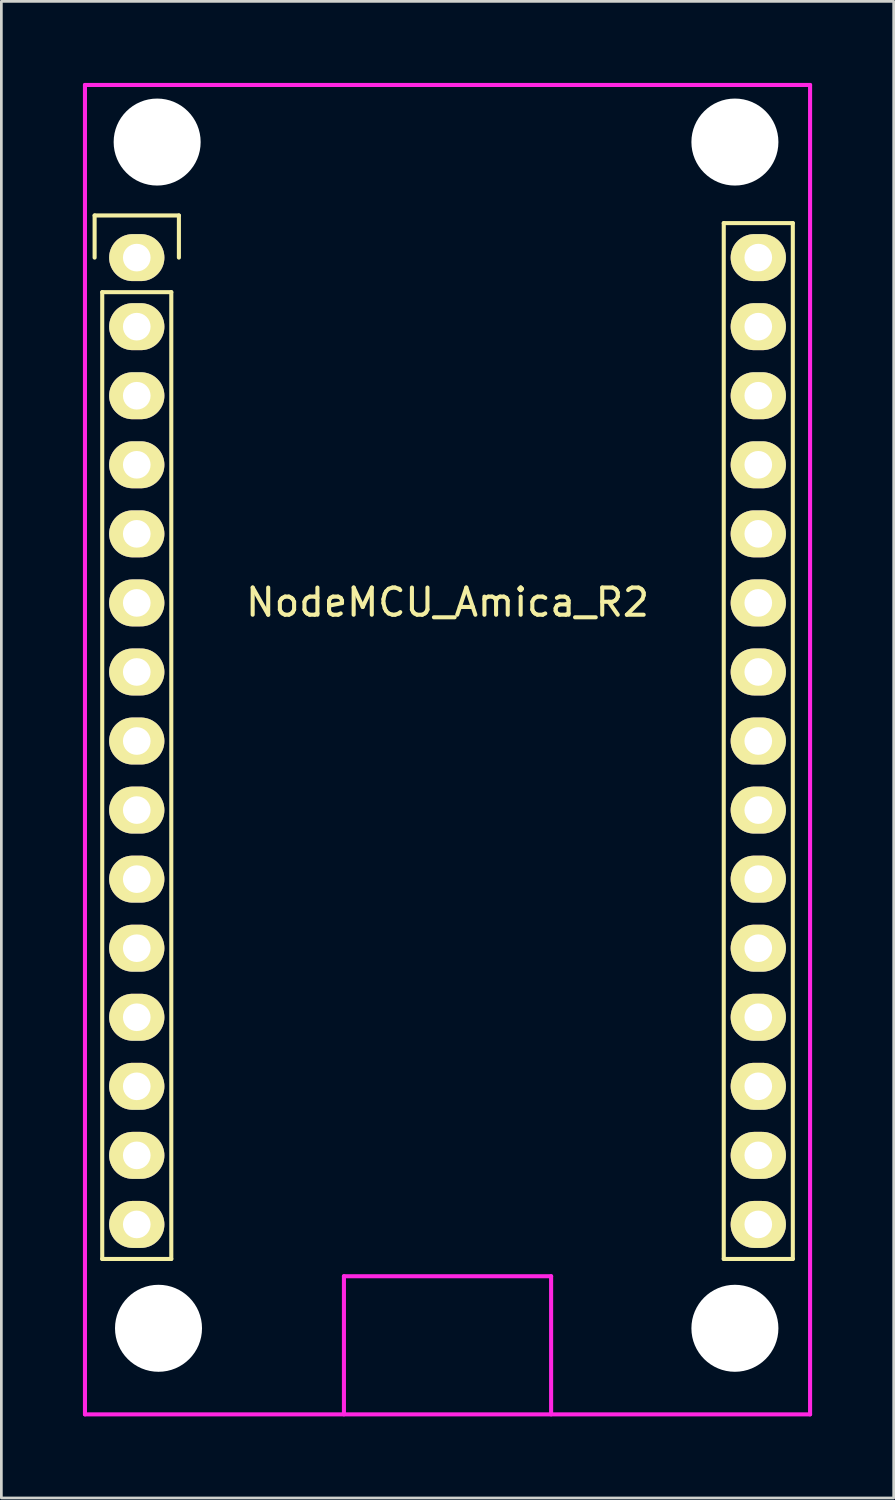
<source format=kicad_pcb>
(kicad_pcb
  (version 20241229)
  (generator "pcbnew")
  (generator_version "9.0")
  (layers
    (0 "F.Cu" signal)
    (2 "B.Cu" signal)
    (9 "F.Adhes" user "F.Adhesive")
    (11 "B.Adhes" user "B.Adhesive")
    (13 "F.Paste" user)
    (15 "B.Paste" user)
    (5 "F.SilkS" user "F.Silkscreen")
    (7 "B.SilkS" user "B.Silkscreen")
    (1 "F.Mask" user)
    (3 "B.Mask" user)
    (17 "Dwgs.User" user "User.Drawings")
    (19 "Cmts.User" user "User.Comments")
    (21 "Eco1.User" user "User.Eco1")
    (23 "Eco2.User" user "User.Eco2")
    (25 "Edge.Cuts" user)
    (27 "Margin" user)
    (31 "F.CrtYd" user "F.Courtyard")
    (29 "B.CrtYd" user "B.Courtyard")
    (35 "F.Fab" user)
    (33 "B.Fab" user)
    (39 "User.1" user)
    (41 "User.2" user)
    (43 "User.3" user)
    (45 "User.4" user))
  (footprint "NodeMCU_Amica_R2"
    (layer "F.Cu")
    (at 1.98 6.425)
    (property "Reference" "NodeMCU_Amica_R2" (at 11.43 12.68 0) (layer "F.SilkS") (effects (font (size 1 1) (thickness 0.15))))
    (attr through_hole)
    (fp_line (start -1.55 -1.55) (end 1.55 -1.55) (stroke (width 0.15) (type solid)) (layer "F.SilkS"))
    (fp_line (start -1.55 0) (end -1.55 -1.55) (stroke (width 0.15) (type solid)) (layer "F.SilkS"))
    (fp_line (start -1.27 1.27) (end -1.27 36.83) (stroke (width 0.15) (type solid)) (layer "F.SilkS"))
    (fp_line (start -1.27 36.83) (end 1.27 36.83) (stroke (width 0.15) (type solid)) (layer "F.SilkS"))
    (fp_line (start 1.27 1.27) (end -1.27 1.27) (stroke (width 0.15) (type solid)) (layer "F.SilkS"))
    (fp_line (start 1.27 36.83) (end 1.27 1.27) (stroke (width 0.15) (type solid)) (layer "F.SilkS"))
    (fp_line (start 1.55 -1.55) (end 1.55 0) (stroke (width 0.15) (type solid)) (layer "F.SilkS"))
    (fp_line (start 21.59 -1.27) (end 21.59 36.83) (stroke (width 0.15) (type solid)) (layer "F.SilkS"))
    (fp_line (start 21.59 36.83) (end 24.13 36.83) (stroke (width 0.15) (type solid)) (layer "F.SilkS"))
    (fp_line (start 24.13 -1.27) (end 21.59 -1.27) (stroke (width 0.15) (type solid)) (layer "F.SilkS"))
    (fp_line (start 24.13 36.83) (end 24.13 -1.27) (stroke (width 0.15) (type solid)) (layer "F.SilkS"))
    (fp_line (start -1.905 -6.35) (end 24.765 -6.35) (stroke (width 0.15) (type solid)) (layer "F.CrtYd"))
    (fp_line (start -1.905 42.545) (end -1.905 -6.35) (stroke (width 0.15) (type solid)) (layer "F.CrtYd"))
    (fp_line (start 7.62 37.465) (end 15.24 37.465) (stroke (width 0.15) (type solid)) (layer "F.CrtYd"))
    (fp_line (start 7.62 42.545) (end 7.62 37.465) (stroke (width 0.15) (type solid)) (layer "F.CrtYd"))
    (fp_line (start 15.24 37.465) (end 15.24 42.545) (stroke (width 0.15) (type solid)) (layer "F.CrtYd"))
    (fp_line (start 24.765 -6.35) (end 24.765 42.545) (stroke (width 0.15) (type solid)) (layer "F.CrtYd"))
    (fp_line (start 24.765 42.545) (end -1.905 42.545) (stroke (width 0.15) (type solid)) (layer "F.CrtYd"))
    (pad "" np_thru_hole circle (at 0.75 -4.25) (size 3.2 3.2) (drill 3.2) (layers "*.Cu" "*.Mask"))
    (pad "" np_thru_hole circle (at 0.8 39.38) (size 3.2 3.2) (drill 3.2) (layers "*.Cu" "*.Mask"))
    (pad "" np_thru_hole circle (at 22 -4.25) (size 3.2 3.2) (drill 3.2) (layers "*.Cu" "*.Mask"))
    (pad "" np_thru_hole circle (at 22 39.38) (size 3.2 3.2) (drill 3.2) (layers "*.Cu" "*.Mask"))
    (pad "1" thru_hole oval (at 0 0) (size 2.032 1.727) (drill 1.016) (layers "*.Cu" "*.Mask" "F.SilkS"))
    (pad "2" thru_hole oval (at 0 2.54) (size 2.032 1.727) (drill 1.016) (layers "*.Cu" "*.Mask" "F.SilkS"))
    (pad "3" thru_hole oval (at 0 5.08) (size 2.032 1.727) (drill 1.016) (layers "*.Cu" "*.Mask" "F.SilkS"))
    (pad "4" thru_hole oval (at 0 7.62) (size 2.032 1.727) (drill 1.016) (layers "*.Cu" "*.Mask" "F.SilkS"))
    (pad "5" thru_hole oval (at 0 10.16) (size 2.032 1.727) (drill 1.016) (layers "*.Cu" "*.Mask" "F.SilkS"))
    (pad "6" thru_hole oval (at 0 12.7) (size 2.032 1.727) (drill 1.016) (layers "*.Cu" "*.Mask" "F.SilkS"))
    (pad "7" thru_hole oval (at 0 15.24) (size 2.032 1.727) (drill 1.016) (layers "*.Cu" "*.Mask" "F.SilkS"))
    (pad "8" thru_hole oval (at 0 17.78) (size 2.032 1.727) (drill 1.016) (layers "*.Cu" "*.Mask" "F.SilkS"))
    (pad "9" thru_hole oval (at 0 20.32) (size 2.032 1.727) (drill 1.016) (layers "*.Cu" "*.Mask" "F.SilkS"))
    (pad "10" thru_hole oval (at 0 22.86) (size 2.032 1.727) (drill 1.016) (layers "*.Cu" "*.Mask" "F.SilkS"))
    (pad "11" thru_hole oval (at 0 25.4) (size 2.032 1.727) (drill 1.016) (layers "*.Cu" "*.Mask" "F.SilkS"))
    (pad "12" thru_hole oval (at 0 27.94) (size 2.032 1.727) (drill 1.016) (layers "*.Cu" "*.Mask" "F.SilkS"))
    (pad "13" thru_hole oval (at 0 30.48) (size 2.032 1.727) (drill 1.016) (layers "*.Cu" "*.Mask" "F.SilkS"))
    (pad "14" thru_hole oval (at 0 33.02) (size 2.032 1.727) (drill 1.016) (layers "*.Cu" "*.Mask" "F.SilkS"))
    (pad "15" thru_hole oval (at 0 35.56) (size 2.032 1.727) (drill 1.016) (layers "*.Cu" "*.Mask" "F.SilkS"))
    (pad "16" thru_hole oval (at 22.86 35.56) (size 2.032 1.727) (drill 1.016) (layers "*.Cu" "*.Mask" "F.SilkS"))
    (pad "17" thru_hole oval (at 22.86 33.02) (size 2.032 1.727) (drill 1.016) (layers "*.Cu" "*.Mask" "F.SilkS"))
    (pad "18" thru_hole oval (at 22.86 30.48) (size 2.032 1.727) (drill 1.016) (layers "*.Cu" "*.Mask" "F.SilkS"))
    (pad "19" thru_hole oval (at 22.86 27.94) (size 2.032 1.727) (drill 1.016) (layers "*.Cu" "*.Mask" "F.SilkS"))
    (pad "20" thru_hole oval (at 22.86 25.4) (size 2.032 1.727) (drill 1.016) (layers "*.Cu" "*.Mask" "F.SilkS"))
    (pad "21" thru_hole oval (at 22.86 22.86) (size 2.032 1.727) (drill 1.016) (layers "*.Cu" "*.Mask" "F.SilkS"))
    (pad "22" thru_hole oval (at 22.86 20.32) (size 2.032 1.727) (drill 1.016) (layers "*.Cu" "*.Mask" "F.SilkS"))
    (pad "23" thru_hole oval (at 22.86 17.78) (size 2.032 1.727) (drill 1.016) (layers "*.Cu" "*.Mask" "F.SilkS"))
    (pad "24" thru_hole oval (at 22.86 15.24) (size 2.032 1.727) (drill 1.016) (layers "*.Cu" "*.Mask" "F.SilkS"))
    (pad "25" thru_hole oval (at 22.86 12.7) (size 2.032 1.727) (drill 1.016) (layers "*.Cu" "*.Mask" "F.SilkS"))
    (pad "26" thru_hole oval (at 22.86 10.16) (size 2.032 1.727) (drill 1.016) (layers "*.Cu" "*.Mask" "F.SilkS"))
    (pad "27" thru_hole oval (at 22.86 7.62) (size 2.032 1.727) (drill 1.016) (layers "*.Cu" "*.Mask" "F.SilkS"))
    (pad "28" thru_hole oval (at 22.86 5.08) (size 2.032 1.727) (drill 1.016) (layers "*.Cu" "*.Mask" "F.SilkS"))
    (pad "29" thru_hole oval (at 22.86 2.54) (size 2.032 1.727) (drill 1.016) (layers "*.Cu" "*.Mask" "F.SilkS"))
    (pad "30" thru_hole oval (at 22.86 0) (size 2.032 1.727) (drill 1.016) (layers "*.Cu" "*.Mask" "F.SilkS")))
  (gr_rect
    (start -3 -3)
    (end 29.82 52.045)
    (stroke (width 0.1) (type default))
    (fill no)
    (layer "Edge.Cuts")))
</source>
